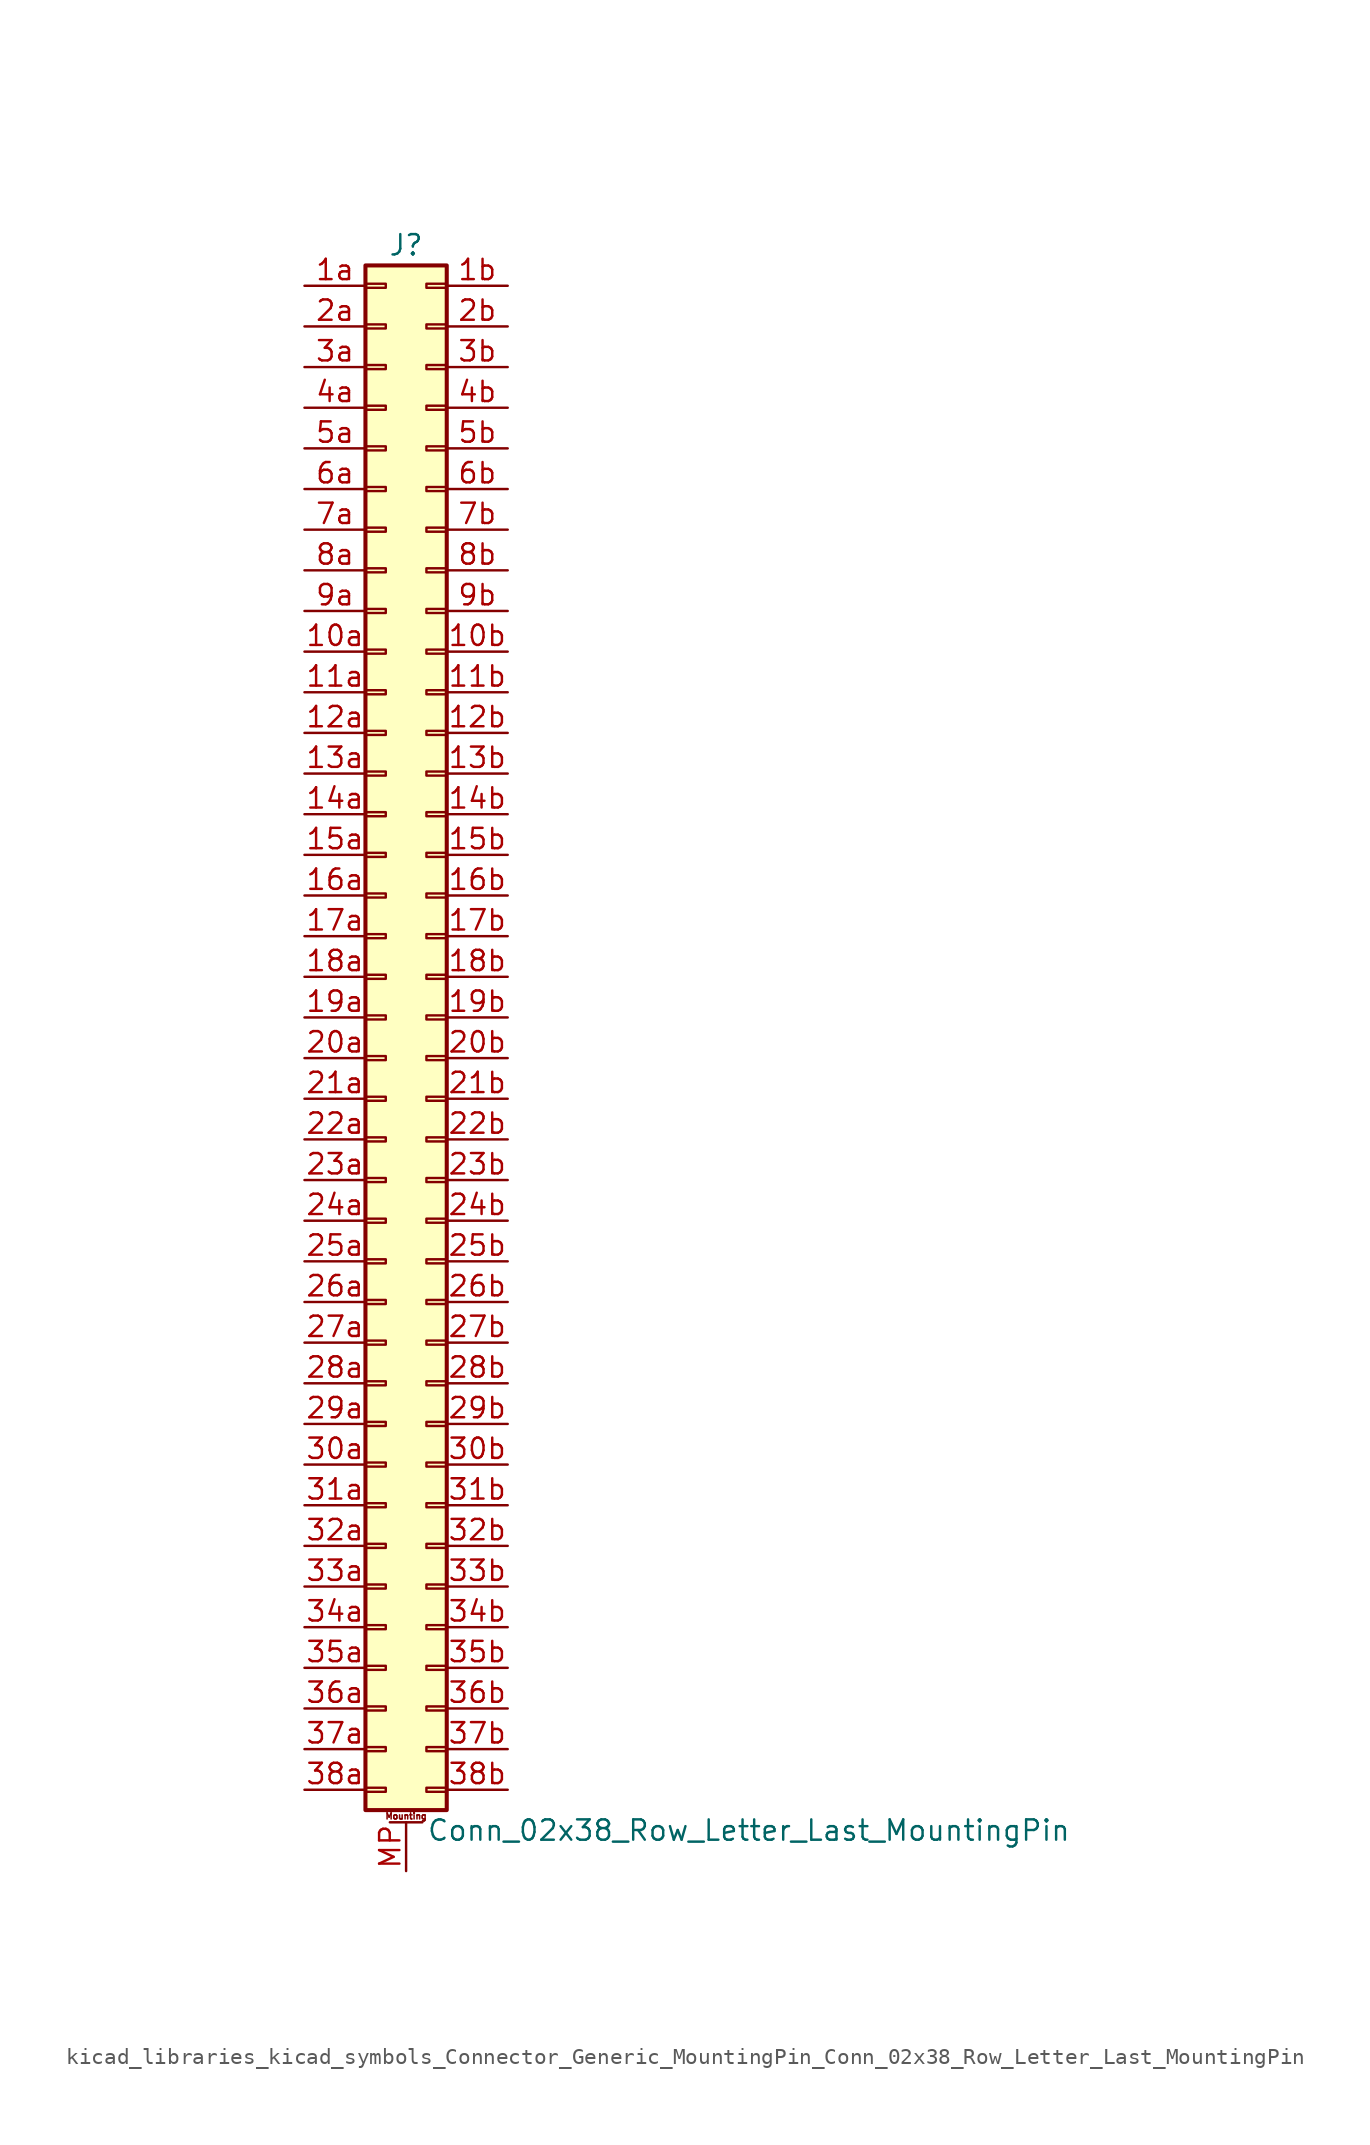
<source format=kicad_sym>
(kicad_symbol_lib
  (version 20220914)
  (generator kicad_symbol_editor)
  (symbol "kicad_libraries_kicad_symbols_Connector_Generic_MountingPin_Conn_02x38_Row_Letter_Last_MountingPin"
    (pin_names
      (offset 1.016) hide)
    (property "Reference" "J"
      (at 1.27 48.26 0)
      (effects (font (size 1.27 1.27))))
    (property "Value" "Conn_02x38_Row_Letter_Last_MountingPin"
      (at 2.54 -50.8 0)
      (effects (font (size 1.27 1.27)) (justify left)))
    (symbol "kicad_libraries_kicad_symbols_Connector_Generic_MountingPin_Conn_02x38_Row_Letter_Last_MountingPin_1_1"
      (rectangle (start -1.27 -48.133) (end 0 -48.387) (stroke (width 0.152) (type default)) (fill (type none)))
      (rectangle (start -1.27 -45.593) (end 0 -45.847) (stroke (width 0.152) (type default)) (fill (type none)))
      (rectangle (start -1.27 -43.053) (end 0 -43.307) (stroke (width 0.152) (type default)) (fill (type none)))
      (rectangle (start -1.27 -40.513) (end 0 -40.767) (stroke (width 0.152) (type default)) (fill (type none)))
      (rectangle (start -1.27 -37.973) (end 0 -38.227) (stroke (width 0.152) (type default)) (fill (type none)))
      (rectangle (start -1.27 -35.433) (end 0 -35.687) (stroke (width 0.152) (type default)) (fill (type none)))
      (rectangle (start -1.27 -32.893) (end 0 -33.147) (stroke (width 0.152) (type default)) (fill (type none)))
      (rectangle (start -1.27 -30.353) (end 0 -30.607) (stroke (width 0.152) (type default)) (fill (type none)))
      (rectangle (start -1.27 -27.813) (end 0 -28.067) (stroke (width 0.152) (type default)) (fill (type none)))
      (rectangle (start -1.27 -25.273) (end 0 -25.527) (stroke (width 0.152) (type default)) (fill (type none)))
      (rectangle (start -1.27 -22.733) (end 0 -22.987) (stroke (width 0.152) (type default)) (fill (type none)))
      (rectangle (start -1.27 -20.193) (end 0 -20.447) (stroke (width 0.152) (type default)) (fill (type none)))
      (rectangle (start -1.27 -17.653) (end 0 -17.907) (stroke (width 0.152) (type default)) (fill (type none)))
      (rectangle (start -1.27 -15.113) (end 0 -15.367) (stroke (width 0.152) (type default)) (fill (type none)))
      (rectangle (start -1.27 -12.573) (end 0 -12.827) (stroke (width 0.152) (type default)) (fill (type none)))
      (rectangle (start -1.27 -10.033) (end 0 -10.287) (stroke (width 0.152) (type default)) (fill (type none)))
      (rectangle (start -1.27 -7.493) (end 0 -7.747) (stroke (width 0.152) (type default)) (fill (type none)))
      (rectangle (start -1.27 -4.953) (end 0 -5.207) (stroke (width 0.152) (type default)) (fill (type none)))
      (rectangle (start -1.27 -2.413) (end 0 -2.667) (stroke (width 0.152) (type default)) (fill (type none)))
      (rectangle (start -1.27 0.127) (end 0 -0.127) (stroke (width 0.152) (type default)) (fill (type none)))
      (rectangle (start -1.27 2.667) (end 0 2.413) (stroke (width 0.152) (type default)) (fill (type none)))
      (rectangle (start -1.27 5.207) (end 0 4.953) (stroke (width 0.152) (type default)) (fill (type none)))
      (rectangle (start -1.27 7.747) (end 0 7.493) (stroke (width 0.152) (type default)) (fill (type none)))
      (rectangle (start -1.27 10.287) (end 0 10.033) (stroke (width 0.152) (type default)) (fill (type none)))
      (rectangle (start -1.27 12.827) (end 0 12.573) (stroke (width 0.152) (type default)) (fill (type none)))
      (rectangle (start -1.27 15.367) (end 0 15.113) (stroke (width 0.152) (type default)) (fill (type none)))
      (rectangle (start -1.27 17.907) (end 0 17.653) (stroke (width 0.152) (type default)) (fill (type none)))
      (rectangle (start -1.27 20.447) (end 0 20.193) (stroke (width 0.152) (type default)) (fill (type none)))
      (rectangle (start -1.27 22.987) (end 0 22.733) (stroke (width 0.152) (type default)) (fill (type none)))
      (rectangle (start -1.27 25.527) (end 0 25.273) (stroke (width 0.152) (type default)) (fill (type none)))
      (rectangle (start -1.27 28.067) (end 0 27.813) (stroke (width 0.152) (type default)) (fill (type none)))
      (rectangle (start -1.27 30.607) (end 0 30.353) (stroke (width 0.152) (type default)) (fill (type none)))
      (rectangle (start -1.27 33.147) (end 0 32.893) (stroke (width 0.152) (type default)) (fill (type none)))
      (rectangle (start -1.27 35.687) (end 0 35.433) (stroke (width 0.152) (type default)) (fill (type none)))
      (rectangle (start -1.27 38.227) (end 0 37.973) (stroke (width 0.152) (type default)) (fill (type none)))
      (rectangle (start -1.27 40.767) (end 0 40.513) (stroke (width 0.152) (type default)) (fill (type none)))
      (rectangle (start -1.27 43.307) (end 0 43.053) (stroke (width 0.152) (type default)) (fill (type none)))
      (rectangle (start -1.27 45.847) (end 0 45.593) (stroke (width 0.152) (type default)) (fill (type none)))
      (rectangle (start -1.27 46.99) (end 3.81 -49.53) (stroke (width 0.254) (type default)) (fill (type background)))
      (polyline (pts (xy 0.254 -50.292) (xy 2.286 -50.292)) (stroke (width 0.152) (type default)) (fill (type none)))
      (rectangle (start 3.81 -48.133) (end 2.54 -48.387) (stroke (width 0.152) (type default)) (fill (type none)))
      (rectangle (start 3.81 -45.593) (end 2.54 -45.847) (stroke (width 0.152) (type default)) (fill (type none)))
      (rectangle (start 3.81 -43.053) (end 2.54 -43.307) (stroke (width 0.152) (type default)) (fill (type none)))
      (rectangle (start 3.81 -40.513) (end 2.54 -40.767) (stroke (width 0.152) (type default)) (fill (type none)))
      (rectangle (start 3.81 -37.973) (end 2.54 -38.227) (stroke (width 0.152) (type default)) (fill (type none)))
      (rectangle (start 3.81 -35.433) (end 2.54 -35.687) (stroke (width 0.152) (type default)) (fill (type none)))
      (rectangle (start 3.81 -32.893) (end 2.54 -33.147) (stroke (width 0.152) (type default)) (fill (type none)))
      (rectangle (start 3.81 -30.353) (end 2.54 -30.607) (stroke (width 0.152) (type default)) (fill (type none)))
      (rectangle (start 3.81 -27.813) (end 2.54 -28.067) (stroke (width 0.152) (type default)) (fill (type none)))
      (rectangle (start 3.81 -25.273) (end 2.54 -25.527) (stroke (width 0.152) (type default)) (fill (type none)))
      (rectangle (start 3.81 -22.733) (end 2.54 -22.987) (stroke (width 0.152) (type default)) (fill (type none)))
      (rectangle (start 3.81 -20.193) (end 2.54 -20.447) (stroke (width 0.152) (type default)) (fill (type none)))
      (rectangle (start 3.81 -17.653) (end 2.54 -17.907) (stroke (width 0.152) (type default)) (fill (type none)))
      (rectangle (start 3.81 -15.113) (end 2.54 -15.367) (stroke (width 0.152) (type default)) (fill (type none)))
      (rectangle (start 3.81 -12.573) (end 2.54 -12.827) (stroke (width 0.152) (type default)) (fill (type none)))
      (rectangle (start 3.81 -10.033) (end 2.54 -10.287) (stroke (width 0.152) (type default)) (fill (type none)))
      (rectangle (start 3.81 -7.493) (end 2.54 -7.747) (stroke (width 0.152) (type default)) (fill (type none)))
      (rectangle (start 3.81 -4.953) (end 2.54 -5.207) (stroke (width 0.152) (type default)) (fill (type none)))
      (rectangle (start 3.81 -2.413) (end 2.54 -2.667) (stroke (width 0.152) (type default)) (fill (type none)))
      (rectangle (start 3.81 0.127) (end 2.54 -0.127) (stroke (width 0.152) (type default)) (fill (type none)))
      (rectangle (start 3.81 2.667) (end 2.54 2.413) (stroke (width 0.152) (type default)) (fill (type none)))
      (rectangle (start 3.81 5.207) (end 2.54 4.953) (stroke (width 0.152) (type default)) (fill (type none)))
      (rectangle (start 3.81 7.747) (end 2.54 7.493) (stroke (width 0.152) (type default)) (fill (type none)))
      (rectangle (start 3.81 10.287) (end 2.54 10.033) (stroke (width 0.152) (type default)) (fill (type none)))
      (rectangle (start 3.81 12.827) (end 2.54 12.573) (stroke (width 0.152) (type default)) (fill (type none)))
      (rectangle (start 3.81 15.367) (end 2.54 15.113) (stroke (width 0.152) (type default)) (fill (type none)))
      (rectangle (start 3.81 17.907) (end 2.54 17.653) (stroke (width 0.152) (type default)) (fill (type none)))
      (rectangle (start 3.81 20.447) (end 2.54 20.193) (stroke (width 0.152) (type default)) (fill (type none)))
      (rectangle (start 3.81 22.987) (end 2.54 22.733) (stroke (width 0.152) (type default)) (fill (type none)))
      (rectangle (start 3.81 25.527) (end 2.54 25.273) (stroke (width 0.152) (type default)) (fill (type none)))
      (rectangle (start 3.81 28.067) (end 2.54 27.813) (stroke (width 0.152) (type default)) (fill (type none)))
      (rectangle (start 3.81 30.607) (end 2.54 30.353) (stroke (width 0.152) (type default)) (fill (type none)))
      (rectangle (start 3.81 33.147) (end 2.54 32.893) (stroke (width 0.152) (type default)) (fill (type none)))
      (rectangle (start 3.81 35.687) (end 2.54 35.433) (stroke (width 0.152) (type default)) (fill (type none)))
      (rectangle (start 3.81 38.227) (end 2.54 37.973) (stroke (width 0.152) (type default)) (fill (type none)))
      (rectangle (start 3.81 40.767) (end 2.54 40.513) (stroke (width 0.152) (type default)) (fill (type none)))
      (rectangle (start 3.81 43.307) (end 2.54 43.053) (stroke (width 0.152) (type default)) (fill (type none)))
      (rectangle (start 3.81 45.847) (end 2.54 45.593) (stroke (width 0.152) (type default)) (fill (type none)))
      (text "Mounting" (at 1.27 -49.911 0) (effects (font (size 0.381 0.381))))
      (pin passive line (at -5.08 22.86 0) (length 3.81) (name "Pin_10a" (effects (font (size 1.27 1.27)))) (number "10a" (effects (font (size 1.27 1.27)))))
      (pin passive line (at 7.62 22.86 180) (length 3.81) (name "Pin_10b" (effects (font (size 1.27 1.27)))) (number "10b" (effects (font (size 1.27 1.27)))))
      (pin passive line (at -5.08 20.32 0) (length 3.81) (name "Pin_11a" (effects (font (size 1.27 1.27)))) (number "11a" (effects (font (size 1.27 1.27)))))
      (pin passive line (at 7.62 20.32 180) (length 3.81) (name "Pin_11b" (effects (font (size 1.27 1.27)))) (number "11b" (effects (font (size 1.27 1.27)))))
      (pin passive line (at -5.08 17.78 0) (length 3.81) (name "Pin_12a" (effects (font (size 1.27 1.27)))) (number "12a" (effects (font (size 1.27 1.27)))))
      (pin passive line (at 7.62 17.78 180) (length 3.81) (name "Pin_12b" (effects (font (size 1.27 1.27)))) (number "12b" (effects (font (size 1.27 1.27)))))
      (pin passive line (at -5.08 15.24 0) (length 3.81) (name "Pin_13a" (effects (font (size 1.27 1.27)))) (number "13a" (effects (font (size 1.27 1.27)))))
      (pin passive line (at 7.62 15.24 180) (length 3.81) (name "Pin_13b" (effects (font (size 1.27 1.27)))) (number "13b" (effects (font (size 1.27 1.27)))))
      (pin passive line (at -5.08 12.7 0) (length 3.81) (name "Pin_14a" (effects (font (size 1.27 1.27)))) (number "14a" (effects (font (size 1.27 1.27)))))
      (pin passive line (at 7.62 12.7 180) (length 3.81) (name "Pin_14b" (effects (font (size 1.27 1.27)))) (number "14b" (effects (font (size 1.27 1.27)))))
      (pin passive line (at -5.08 10.16 0) (length 3.81) (name "Pin_15a" (effects (font (size 1.27 1.27)))) (number "15a" (effects (font (size 1.27 1.27)))))
      (pin passive line (at 7.62 10.16 180) (length 3.81) (name "Pin_15b" (effects (font (size 1.27 1.27)))) (number "15b" (effects (font (size 1.27 1.27)))))
      (pin passive line (at -5.08 7.62 0) (length 3.81) (name "Pin_16a" (effects (font (size 1.27 1.27)))) (number "16a" (effects (font (size 1.27 1.27)))))
      (pin passive line (at 7.62 7.62 180) (length 3.81) (name "Pin_16b" (effects (font (size 1.27 1.27)))) (number "16b" (effects (font (size 1.27 1.27)))))
      (pin passive line (at -5.08 5.08 0) (length 3.81) (name "Pin_17a" (effects (font (size 1.27 1.27)))) (number "17a" (effects (font (size 1.27 1.27)))))
      (pin passive line (at 7.62 5.08 180) (length 3.81) (name "Pin_17b" (effects (font (size 1.27 1.27)))) (number "17b" (effects (font (size 1.27 1.27)))))
      (pin passive line (at -5.08 2.54 0) (length 3.81) (name "Pin_18a" (effects (font (size 1.27 1.27)))) (number "18a" (effects (font (size 1.27 1.27)))))
      (pin passive line (at 7.62 2.54 180) (length 3.81) (name "Pin_18b" (effects (font (size 1.27 1.27)))) (number "18b" (effects (font (size 1.27 1.27)))))
      (pin passive line (at -5.08 0 0) (length 3.81) (name "Pin_19a" (effects (font (size 1.27 1.27)))) (number "19a" (effects (font (size 1.27 1.27)))))
      (pin passive line (at 7.62 0 180) (length 3.81) (name "Pin_19b" (effects (font (size 1.27 1.27)))) (number "19b" (effects (font (size 1.27 1.27)))))
      (pin passive line (at -5.08 45.72 0) (length 3.81) (name "Pin_1a" (effects (font (size 1.27 1.27)))) (number "1a" (effects (font (size 1.27 1.27)))))
      (pin passive line (at 7.62 45.72 180) (length 3.81) (name "Pin_1b" (effects (font (size 1.27 1.27)))) (number "1b" (effects (font (size 1.27 1.27)))))
      (pin passive line (at -5.08 -2.54 0) (length 3.81) (name "Pin_20a" (effects (font (size 1.27 1.27)))) (number "20a" (effects (font (size 1.27 1.27)))))
      (pin passive line (at 7.62 -2.54 180) (length 3.81) (name "Pin_20b" (effects (font (size 1.27 1.27)))) (number "20b" (effects (font (size 1.27 1.27)))))
      (pin passive line (at -5.08 -5.08 0) (length 3.81) (name "Pin_21a" (effects (font (size 1.27 1.27)))) (number "21a" (effects (font (size 1.27 1.27)))))
      (pin passive line (at 7.62 -5.08 180) (length 3.81) (name "Pin_21b" (effects (font (size 1.27 1.27)))) (number "21b" (effects (font (size 1.27 1.27)))))
      (pin passive line (at -5.08 -7.62 0) (length 3.81) (name "Pin_22a" (effects (font (size 1.27 1.27)))) (number "22a" (effects (font (size 1.27 1.27)))))
      (pin passive line (at 7.62 -7.62 180) (length 3.81) (name "Pin_22b" (effects (font (size 1.27 1.27)))) (number "22b" (effects (font (size 1.27 1.27)))))
      (pin passive line (at -5.08 -10.16 0) (length 3.81) (name "Pin_23a" (effects (font (size 1.27 1.27)))) (number "23a" (effects (font (size 1.27 1.27)))))
      (pin passive line (at 7.62 -10.16 180) (length 3.81) (name "Pin_23b" (effects (font (size 1.27 1.27)))) (number "23b" (effects (font (size 1.27 1.27)))))
      (pin passive line (at -5.08 -12.7 0) (length 3.81) (name "Pin_24a" (effects (font (size 1.27 1.27)))) (number "24a" (effects (font (size 1.27 1.27)))))
      (pin passive line (at 7.62 -12.7 180) (length 3.81) (name "Pin_24b" (effects (font (size 1.27 1.27)))) (number "24b" (effects (font (size 1.27 1.27)))))
      (pin passive line (at -5.08 -15.24 0) (length 3.81) (name "Pin_25a" (effects (font (size 1.27 1.27)))) (number "25a" (effects (font (size 1.27 1.27)))))
      (pin passive line (at 7.62 -15.24 180) (length 3.81) (name "Pin_25b" (effects (font (size 1.27 1.27)))) (number "25b" (effects (font (size 1.27 1.27)))))
      (pin passive line (at -5.08 -17.78 0) (length 3.81) (name "Pin_26a" (effects (font (size 1.27 1.27)))) (number "26a" (effects (font (size 1.27 1.27)))))
      (pin passive line (at 7.62 -17.78 180) (length 3.81) (name "Pin_26b" (effects (font (size 1.27 1.27)))) (number "26b" (effects (font (size 1.27 1.27)))))
      (pin passive line (at -5.08 -20.32 0) (length 3.81) (name "Pin_27a" (effects (font (size 1.27 1.27)))) (number "27a" (effects (font (size 1.27 1.27)))))
      (pin passive line (at 7.62 -20.32 180) (length 3.81) (name "Pin_27b" (effects (font (size 1.27 1.27)))) (number "27b" (effects (font (size 1.27 1.27)))))
      (pin passive line (at -5.08 -22.86 0) (length 3.81) (name "Pin_28a" (effects (font (size 1.27 1.27)))) (number "28a" (effects (font (size 1.27 1.27)))))
      (pin passive line (at 7.62 -22.86 180) (length 3.81) (name "Pin_28b" (effects (font (size 1.27 1.27)))) (number "28b" (effects (font (size 1.27 1.27)))))
      (pin passive line (at -5.08 -25.4 0) (length 3.81) (name "Pin_29a" (effects (font (size 1.27 1.27)))) (number "29a" (effects (font (size 1.27 1.27)))))
      (pin passive line (at 7.62 -25.4 180) (length 3.81) (name "Pin_29b" (effects (font (size 1.27 1.27)))) (number "29b" (effects (font (size 1.27 1.27)))))
      (pin passive line (at -5.08 43.18 0) (length 3.81) (name "Pin_2a" (effects (font (size 1.27 1.27)))) (number "2a" (effects (font (size 1.27 1.27)))))
      (pin passive line (at 7.62 43.18 180) (length 3.81) (name "Pin_2b" (effects (font (size 1.27 1.27)))) (number "2b" (effects (font (size 1.27 1.27)))))
      (pin passive line (at -5.08 -27.94 0) (length 3.81) (name "Pin_30a" (effects (font (size 1.27 1.27)))) (number "30a" (effects (font (size 1.27 1.27)))))
      (pin passive line (at 7.62 -27.94 180) (length 3.81) (name "Pin_30b" (effects (font (size 1.27 1.27)))) (number "30b" (effects (font (size 1.27 1.27)))))
      (pin passive line (at -5.08 -30.48 0) (length 3.81) (name "Pin_31a" (effects (font (size 1.27 1.27)))) (number "31a" (effects (font (size 1.27 1.27)))))
      (pin passive line (at 7.62 -30.48 180) (length 3.81) (name "Pin_31b" (effects (font (size 1.27 1.27)))) (number "31b" (effects (font (size 1.27 1.27)))))
      (pin passive line (at -5.08 -33.02 0) (length 3.81) (name "Pin_32a" (effects (font (size 1.27 1.27)))) (number "32a" (effects (font (size 1.27 1.27)))))
      (pin passive line (at 7.62 -33.02 180) (length 3.81) (name "Pin_32b" (effects (font (size 1.27 1.27)))) (number "32b" (effects (font (size 1.27 1.27)))))
      (pin passive line (at -5.08 -35.56 0) (length 3.81) (name "Pin_33a" (effects (font (size 1.27 1.27)))) (number "33a" (effects (font (size 1.27 1.27)))))
      (pin passive line (at 7.62 -35.56 180) (length 3.81) (name "Pin_33b" (effects (font (size 1.27 1.27)))) (number "33b" (effects (font (size 1.27 1.27)))))
      (pin passive line (at -5.08 -38.1 0) (length 3.81) (name "Pin_34a" (effects (font (size 1.27 1.27)))) (number "34a" (effects (font (size 1.27 1.27)))))
      (pin passive line (at 7.62 -38.1 180) (length 3.81) (name "Pin_34b" (effects (font (size 1.27 1.27)))) (number "34b" (effects (font (size 1.27 1.27)))))
      (pin passive line (at -5.08 -40.64 0) (length 3.81) (name "Pin_35a" (effects (font (size 1.27 1.27)))) (number "35a" (effects (font (size 1.27 1.27)))))
      (pin passive line (at 7.62 -40.64 180) (length 3.81) (name "Pin_35b" (effects (font (size 1.27 1.27)))) (number "35b" (effects (font (size 1.27 1.27)))))
      (pin passive line (at -5.08 -43.18 0) (length 3.81) (name "Pin_36a" (effects (font (size 1.27 1.27)))) (number "36a" (effects (font (size 1.27 1.27)))))
      (pin passive line (at 7.62 -43.18 180) (length 3.81) (name "Pin_36b" (effects (font (size 1.27 1.27)))) (number "36b" (effects (font (size 1.27 1.27)))))
      (pin passive line (at -5.08 -45.72 0) (length 3.81) (name "Pin_37a" (effects (font (size 1.27 1.27)))) (number "37a" (effects (font (size 1.27 1.27)))))
      (pin passive line (at 7.62 -45.72 180) (length 3.81) (name "Pin_37b" (effects (font (size 1.27 1.27)))) (number "37b" (effects (font (size 1.27 1.27)))))
      (pin passive line (at -5.08 -48.26 0) (length 3.81) (name "Pin_38a" (effects (font (size 1.27 1.27)))) (number "38a" (effects (font (size 1.27 1.27)))))
      (pin passive line (at 7.62 -48.26 180) (length 3.81) (name "Pin_38b" (effects (font (size 1.27 1.27)))) (number "38b" (effects (font (size 1.27 1.27)))))
      (pin passive line (at -5.08 40.64 0) (length 3.81) (name "Pin_3a" (effects (font (size 1.27 1.27)))) (number "3a" (effects (font (size 1.27 1.27)))))
      (pin passive line (at 7.62 40.64 180) (length 3.81) (name "Pin_3b" (effects (font (size 1.27 1.27)))) (number "3b" (effects (font (size 1.27 1.27)))))
      (pin passive line (at -5.08 38.1 0) (length 3.81) (name "Pin_4a" (effects (font (size 1.27 1.27)))) (number "4a" (effects (font (size 1.27 1.27)))))
      (pin passive line (at 7.62 38.1 180) (length 3.81) (name "Pin_4b" (effects (font (size 1.27 1.27)))) (number "4b" (effects (font (size 1.27 1.27)))))
      (pin passive line (at -5.08 35.56 0) (length 3.81) (name "Pin_5a" (effects (font (size 1.27 1.27)))) (number "5a" (effects (font (size 1.27 1.27)))))
      (pin passive line (at 7.62 35.56 180) (length 3.81) (name "Pin_5b" (effects (font (size 1.27 1.27)))) (number "5b" (effects (font (size 1.27 1.27)))))
      (pin passive line (at -5.08 33.02 0) (length 3.81) (name "Pin_6a" (effects (font (size 1.27 1.27)))) (number "6a" (effects (font (size 1.27 1.27)))))
      (pin passive line (at 7.62 33.02 180) (length 3.81) (name "Pin_6b" (effects (font (size 1.27 1.27)))) (number "6b" (effects (font (size 1.27 1.27)))))
      (pin passive line (at -5.08 30.48 0) (length 3.81) (name "Pin_7a" (effects (font (size 1.27 1.27)))) (number "7a" (effects (font (size 1.27 1.27)))))
      (pin passive line (at 7.62 30.48 180) (length 3.81) (name "Pin_7b" (effects (font (size 1.27 1.27)))) (number "7b" (effects (font (size 1.27 1.27)))))
      (pin passive line (at -5.08 27.94 0) (length 3.81) (name "Pin_8a" (effects (font (size 1.27 1.27)))) (number "8a" (effects (font (size 1.27 1.27)))))
      (pin passive line (at 7.62 27.94 180) (length 3.81) (name "Pin_8b" (effects (font (size 1.27 1.27)))) (number "8b" (effects (font (size 1.27 1.27)))))
      (pin passive line (at -5.08 25.4 0) (length 3.81) (name "Pin_9a" (effects (font (size 1.27 1.27)))) (number "9a" (effects (font (size 1.27 1.27)))))
      (pin passive line (at 7.62 25.4 180) (length 3.81) (name "Pin_9b" (effects (font (size 1.27 1.27)))) (number "9b" (effects (font (size 1.27 1.27)))))
      (pin passive line (at 1.27 -53.34 90) (length 3.048) (name "MountPin" (effects (font (size 1.27 1.27)))) (number "MP" (effects (font (size 1.27 1.27))))))))
</source>
